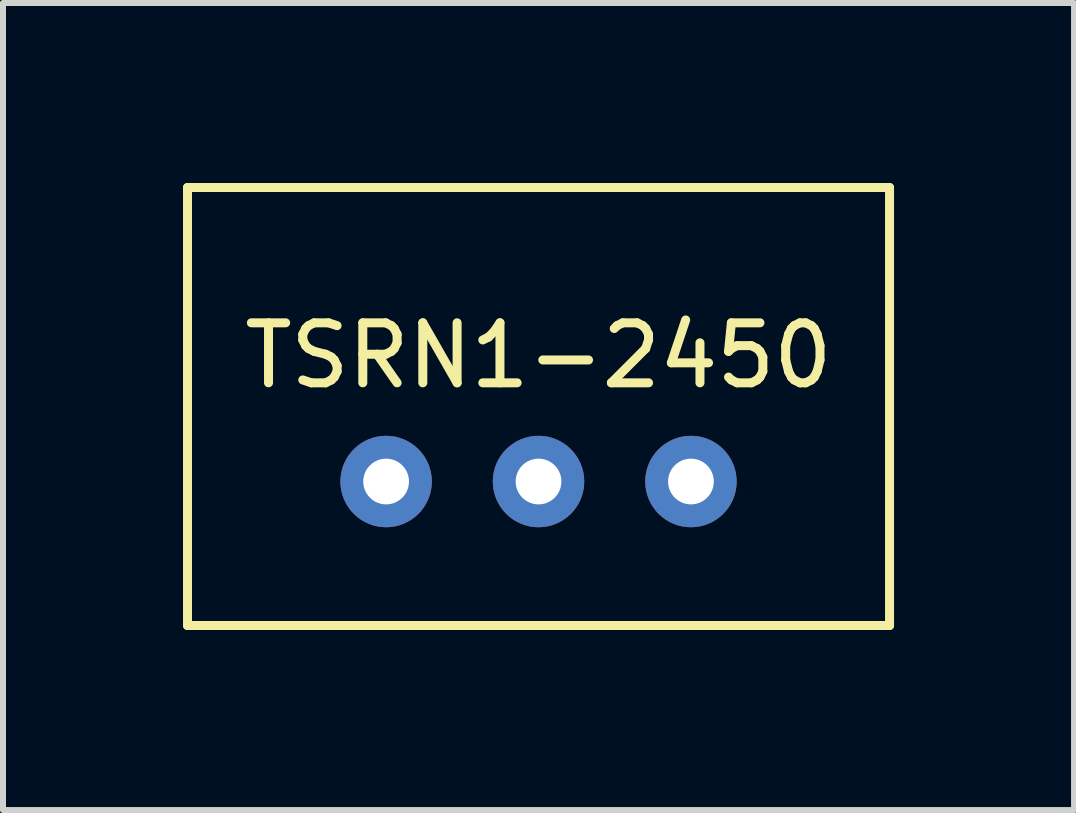
<source format=kicad_pcb>
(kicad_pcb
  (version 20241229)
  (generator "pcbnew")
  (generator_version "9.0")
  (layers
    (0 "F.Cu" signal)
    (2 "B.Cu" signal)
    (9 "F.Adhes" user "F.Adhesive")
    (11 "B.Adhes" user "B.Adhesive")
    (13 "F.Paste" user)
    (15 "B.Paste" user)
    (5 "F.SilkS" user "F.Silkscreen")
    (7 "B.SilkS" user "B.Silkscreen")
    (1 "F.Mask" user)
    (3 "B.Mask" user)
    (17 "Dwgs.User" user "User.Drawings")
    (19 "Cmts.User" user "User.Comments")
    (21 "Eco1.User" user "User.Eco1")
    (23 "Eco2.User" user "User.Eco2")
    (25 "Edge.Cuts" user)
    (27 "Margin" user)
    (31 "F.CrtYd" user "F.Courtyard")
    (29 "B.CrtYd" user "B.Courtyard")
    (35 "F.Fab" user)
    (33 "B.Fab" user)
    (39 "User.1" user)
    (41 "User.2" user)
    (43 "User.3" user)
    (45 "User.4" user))
  (footprint "TSRN1-2450"
    (layer "F.Cu")
    (at 5.925 4.975)
    (property "Reference" "TSRN1-2450" (at 0 -2.1 0) (layer "F.SilkS") (effects (font (size 1 1) (thickness 0.15))))
    (attr through_hole)
    (fp_line (start -5.85 -4.9) (end 5.85 -4.9) (stroke (width 0.15) (type solid)) (layer "F.SilkS"))
    (fp_line (start -5.85 2.4) (end -5.85 -4.9) (stroke (width 0.15) (type solid)) (layer "F.SilkS"))
    (fp_line (start 5.85 -4.9) (end 5.85 2.4) (stroke (width 0.15) (type solid)) (layer "F.SilkS"))
    (fp_line (start 5.85 2.4) (end -5.85 2.4) (stroke (width 0.15) (type solid)) (layer "F.SilkS"))
    (pad "1" thru_hole circle (at -2.54 0) (size 1.524 1.524) (drill 0.762) (layers "*.Cu" "*.Mask"))
    (pad "2" thru_hole circle (at 0 0) (size 1.524 1.524) (drill 0.762) (layers "*.Cu" "*.Mask"))
    (pad "3" thru_hole circle (at 2.54 0) (size 1.524 1.524) (drill 0.762) (layers "*.Cu" "*.Mask")))
  (gr_rect
    (start -3 -3)
    (end 14.85 10.45)
    (stroke (width 0.1) (type default))
    (fill no)
    (layer "Edge.Cuts")))
</source>
